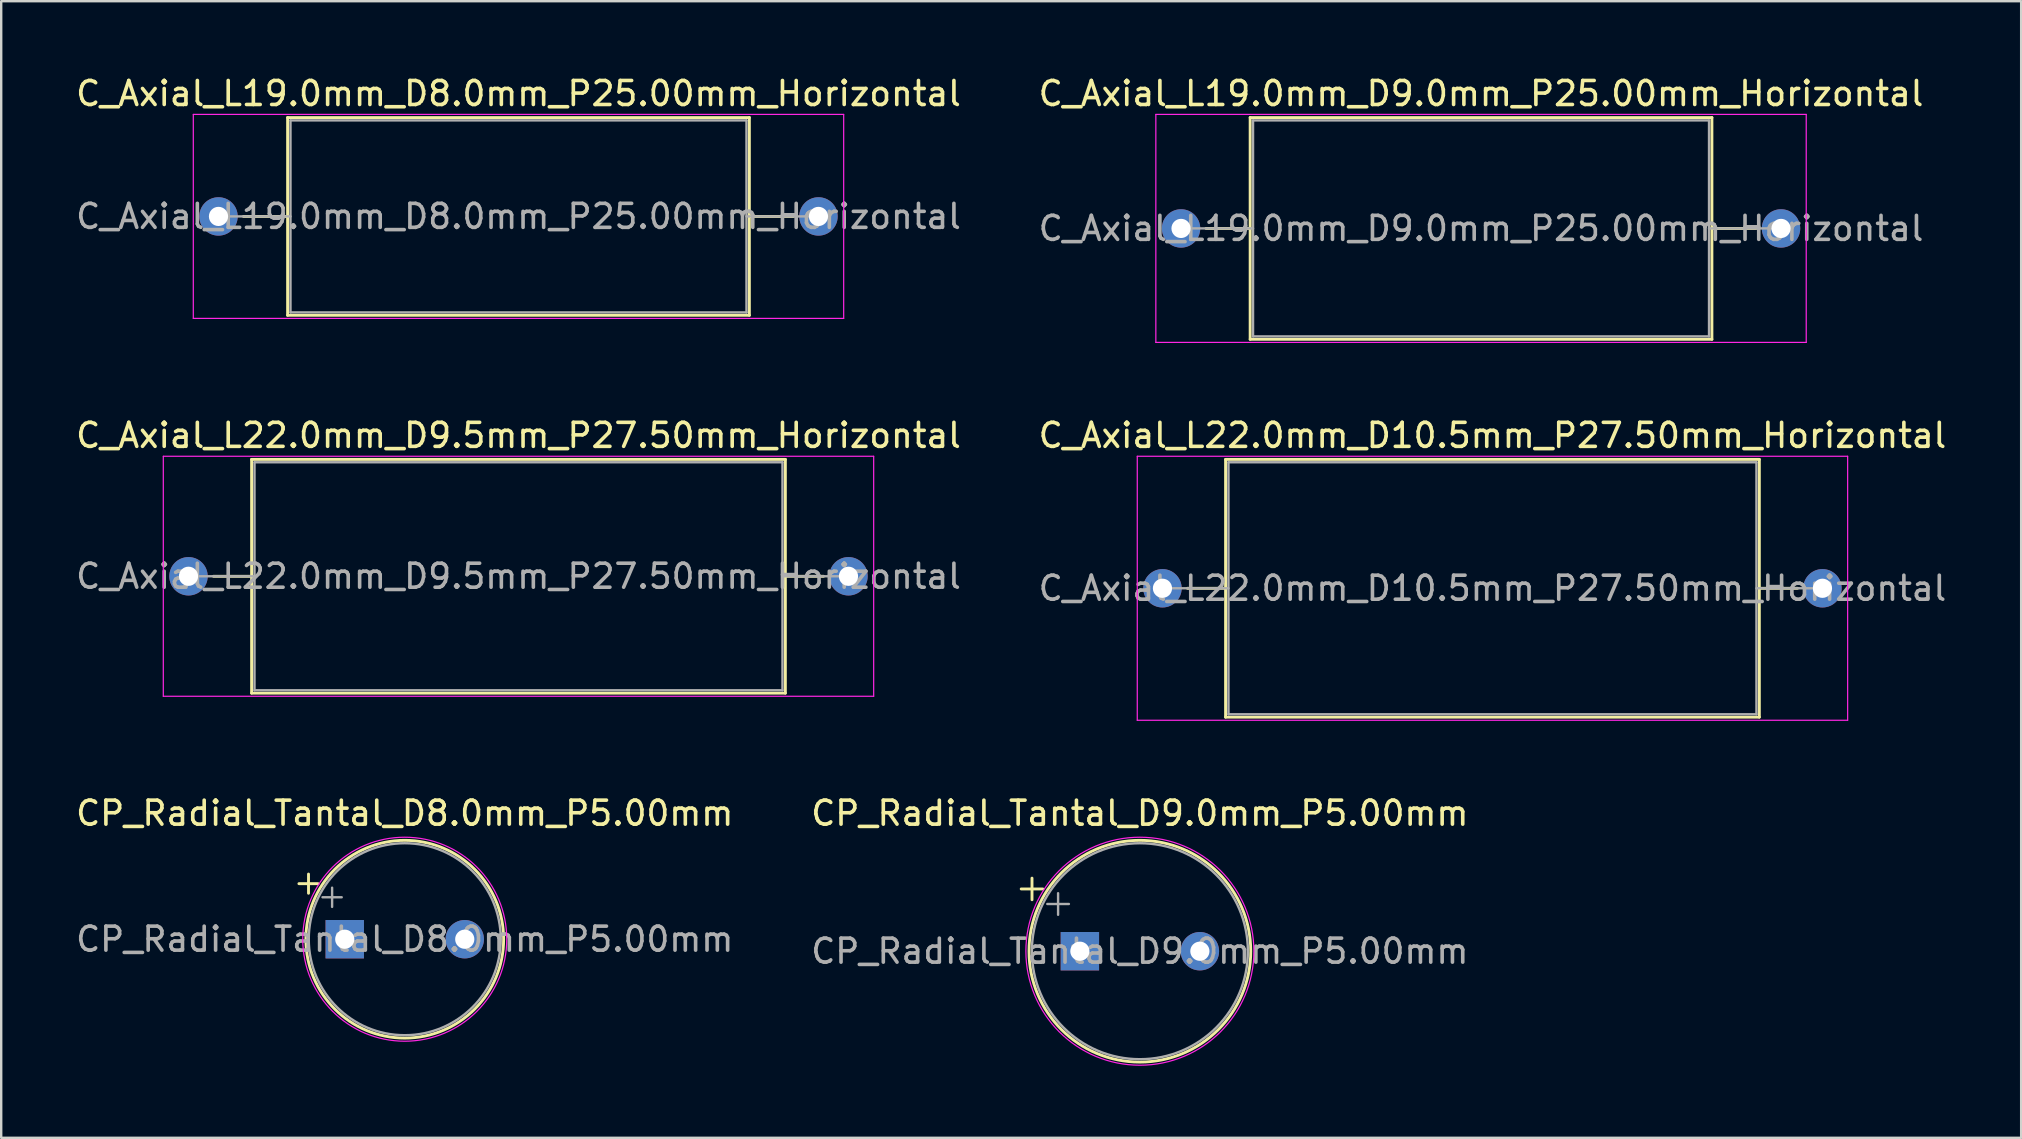
<source format=kicad_pcb>
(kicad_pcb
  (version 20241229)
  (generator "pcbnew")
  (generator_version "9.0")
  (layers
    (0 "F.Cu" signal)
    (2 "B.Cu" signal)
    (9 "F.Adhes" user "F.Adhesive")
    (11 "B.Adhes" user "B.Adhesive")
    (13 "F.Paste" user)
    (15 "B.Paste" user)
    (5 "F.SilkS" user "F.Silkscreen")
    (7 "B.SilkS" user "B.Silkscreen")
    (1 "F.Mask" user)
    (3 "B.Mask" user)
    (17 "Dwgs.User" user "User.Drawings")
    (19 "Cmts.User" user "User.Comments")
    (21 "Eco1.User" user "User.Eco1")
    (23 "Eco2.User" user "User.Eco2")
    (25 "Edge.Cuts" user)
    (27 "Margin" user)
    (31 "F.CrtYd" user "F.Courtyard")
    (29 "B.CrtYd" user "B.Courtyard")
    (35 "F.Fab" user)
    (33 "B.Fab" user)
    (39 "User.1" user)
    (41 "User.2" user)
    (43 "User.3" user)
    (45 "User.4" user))
  (footprint "CP_Radial_Tantal_D9.0mm_P5.00mm"
    (layer "F.Cu")
    (at 41.946 36.585)
    (property "Reference" "CP_Radial_Tantal_D9.0mm_P5.00mm" (at 2.5 -5.75 0) (layer "F.SilkS") (effects (font (size 1 1) (thickness 0.15))))
    (attr through_hole)
    (fp_line (start -2.445 -2.595) (end -1.545 -2.595) (stroke (width 0.12) (type solid)) (layer "F.SilkS"))
    (fp_line (start -1.995 -3.045) (end -1.995 -2.145) (stroke (width 0.12) (type solid)) (layer "F.SilkS"))
    (fp_circle (center 2.5 0) (end 7.12 0) (stroke (width 0.12) (type solid)) (fill no) (layer "F.SilkS"))
    (fp_circle (center 2.5 0) (end 7.25 0) (stroke (width 0.05) (type solid)) (fill no) (layer "F.CrtYd"))
    (fp_line (start -1.358 -1.968) (end -0.458 -1.968) (stroke (width 0.1) (type solid)) (layer "F.Fab"))
    (fp_line (start -0.908 -2.417) (end -0.908 -1.518) (stroke (width 0.1) (type solid)) (layer "F.Fab"))
    (fp_circle (center 2.5 0) (end 7 0) (stroke (width 0.1) (type solid)) (fill no) (layer "F.Fab"))
    (fp_text user "${REFERENCE}" (at 2.5 0 0) (layer "F.Fab") (effects (font (size 1 1) (thickness 0.15))))
    (pad "1" thru_hole rect (at 0 0) (size 1.6 1.6) (drill 0.8) (layers "*.Cu" "*.Mask"))
    (pad "2" thru_hole circle (at 5 0) (size 1.6 1.6) (drill 0.8) (layers "*.Cu" "*.Mask")))
  (footprint "C_Axial_L22.0mm_D10.5mm_P27.50mm_Horizontal"
    (layer "F.Cu")
    (at 45.387 21.462)
    (property "Reference" "C_Axial_L22.0mm_D10.5mm_P27.50mm_Horizontal" (at 13.75 -6.37 0) (layer "F.SilkS") (effects (font (size 1 1) (thickness 0.15))))
    (attr through_hole)
    (fp_line (start 1.04 0) (end 2.63 0) (stroke (width 0.12) (type solid)) (layer "F.SilkS"))
    (fp_line (start 2.63 -5.37) (end 2.63 5.37) (stroke (width 0.12) (type solid)) (layer "F.SilkS"))
    (fp_line (start 2.63 5.37) (end 24.87 5.37) (stroke (width 0.12) (type solid)) (layer "F.SilkS"))
    (fp_line (start 24.87 -5.37) (end 2.63 -5.37) (stroke (width 0.12) (type solid)) (layer "F.SilkS"))
    (fp_line (start 24.87 5.37) (end 24.87 -5.37) (stroke (width 0.12) (type solid)) (layer "F.SilkS"))
    (fp_line (start 26.46 0) (end 24.87 0) (stroke (width 0.12) (type solid)) (layer "F.SilkS"))
    (fp_line (start -1.05 -5.5) (end -1.05 5.5) (stroke (width 0.05) (type solid)) (layer "F.CrtYd"))
    (fp_line (start -1.05 5.5) (end 28.55 5.5) (stroke (width 0.05) (type solid)) (layer "F.CrtYd"))
    (fp_line (start 28.55 -5.5) (end -1.05 -5.5) (stroke (width 0.05) (type solid)) (layer "F.CrtYd"))
    (fp_line (start 28.55 5.5) (end 28.55 -5.5) (stroke (width 0.05) (type solid)) (layer "F.CrtYd"))
    (fp_line (start 0 0) (end 2.75 0) (stroke (width 0.1) (type solid)) (layer "F.Fab"))
    (fp_line (start 2.75 -5.25) (end 2.75 5.25) (stroke (width 0.1) (type solid)) (layer "F.Fab"))
    (fp_line (start 2.75 5.25) (end 24.75 5.25) (stroke (width 0.1) (type solid)) (layer "F.Fab"))
    (fp_line (start 24.75 -5.25) (end 2.75 -5.25) (stroke (width 0.1) (type solid)) (layer "F.Fab"))
    (fp_line (start 24.75 5.25) (end 24.75 -5.25) (stroke (width 0.1) (type solid)) (layer "F.Fab"))
    (fp_line (start 27.5 0) (end 24.75 0) (stroke (width 0.1) (type solid)) (layer "F.Fab"))
    (fp_text user "${REFERENCE}" (at 13.75 0 0) (layer "F.Fab") (effects (font (size 1 1) (thickness 0.15))))
    (pad "1" thru_hole circle (at 0 0) (size 1.6 1.6) (drill 0.8) (layers "*.Cu" "*.Mask"))
    (pad "2" thru_hole oval (at 27.5 0) (size 1.6 1.6) (drill 0.8) (layers "*.Cu" "*.Mask")))
  (footprint "C_Axial_L19.0mm_D8.0mm_P25.00mm_Horizontal"
    (layer "F.Cu")
    (at 6.054 5.968)
    (property "Reference" "C_Axial_L19.0mm_D8.0mm_P25.00mm_Horizontal" (at 12.5 -5.12 0) (layer "F.SilkS") (effects (font (size 1 1) (thickness 0.15))))
    (attr through_hole)
    (fp_line (start 1.04 0) (end 2.88 0) (stroke (width 0.12) (type solid)) (layer "F.SilkS"))
    (fp_line (start 2.88 -4.12) (end 2.88 4.12) (stroke (width 0.12) (type solid)) (layer "F.SilkS"))
    (fp_line (start 2.88 4.12) (end 22.12 4.12) (stroke (width 0.12) (type solid)) (layer "F.SilkS"))
    (fp_line (start 22.12 -4.12) (end 2.88 -4.12) (stroke (width 0.12) (type solid)) (layer "F.SilkS"))
    (fp_line (start 22.12 4.12) (end 22.12 -4.12) (stroke (width 0.12) (type solid)) (layer "F.SilkS"))
    (fp_line (start 23.96 0) (end 22.12 0) (stroke (width 0.12) (type solid)) (layer "F.SilkS"))
    (fp_line (start -1.05 -4.25) (end -1.05 4.25) (stroke (width 0.05) (type solid)) (layer "F.CrtYd"))
    (fp_line (start -1.05 4.25) (end 26.05 4.25) (stroke (width 0.05) (type solid)) (layer "F.CrtYd"))
    (fp_line (start 26.05 -4.25) (end -1.05 -4.25) (stroke (width 0.05) (type solid)) (layer "F.CrtYd"))
    (fp_line (start 26.05 4.25) (end 26.05 -4.25) (stroke (width 0.05) (type solid)) (layer "F.CrtYd"))
    (fp_line (start 0 0) (end 3 0) (stroke (width 0.1) (type solid)) (layer "F.Fab"))
    (fp_line (start 3 -4) (end 3 4) (stroke (width 0.1) (type solid)) (layer "F.Fab"))
    (fp_line (start 3 4) (end 22 4) (stroke (width 0.1) (type solid)) (layer "F.Fab"))
    (fp_line (start 22 -4) (end 3 -4) (stroke (width 0.1) (type solid)) (layer "F.Fab"))
    (fp_line (start 22 4) (end 22 -4) (stroke (width 0.1) (type solid)) (layer "F.Fab"))
    (fp_line (start 25 0) (end 22 0) (stroke (width 0.1) (type solid)) (layer "F.Fab"))
    (fp_text user "${REFERENCE}" (at 12.5 0 0) (layer "F.Fab") (effects (font (size 1 1) (thickness 0.15))))
    (pad "1" thru_hole circle (at 0 0) (size 1.6 1.6) (drill 0.8) (layers "*.Cu" "*.Mask"))
    (pad "2" thru_hole oval (at 25 0) (size 1.6 1.6) (drill 0.8) (layers "*.Cu" "*.Mask")))
  (footprint "CP_Radial_Tantal_D8.0mm_P5.00mm"
    (layer "F.Cu")
    (at 11.315 36.085)
    (property "Reference" "CP_Radial_Tantal_D8.0mm_P5.00mm" (at 2.5 -5.25 0) (layer "F.SilkS") (effects (font (size 1 1) (thickness 0.15))))
    (attr through_hole)
    (fp_line (start -1.91 -2.315) (end -1.11 -2.315) (stroke (width 0.12) (type solid)) (layer "F.SilkS"))
    (fp_line (start -1.51 -2.715) (end -1.51 -1.915) (stroke (width 0.12) (type solid)) (layer "F.SilkS"))
    (fp_circle (center 2.5 0) (end 6.62 0) (stroke (width 0.12) (type solid)) (fill no) (layer "F.SilkS"))
    (fp_circle (center 2.5 0) (end 6.75 0) (stroke (width 0.05) (type solid)) (fill no) (layer "F.CrtYd"))
    (fp_line (start -0.927 -1.748) (end -0.127 -1.748) (stroke (width 0.1) (type solid)) (layer "F.Fab"))
    (fp_line (start -0.527 -2.147) (end -0.527 -1.347) (stroke (width 0.1) (type solid)) (layer "F.Fab"))
    (fp_circle (center 2.5 0) (end 6.5 0) (stroke (width 0.1) (type solid)) (fill no) (layer "F.Fab"))
    (fp_text user "${REFERENCE}" (at 2.5 0 0) (layer "F.Fab") (effects (font (size 1 1) (thickness 0.15))))
    (pad "1" thru_hole rect (at 0 0) (size 1.6 1.6) (drill 0.8) (layers "*.Cu" "*.Mask"))
    (pad "2" thru_hole circle (at 5 0) (size 1.6 1.6) (drill 0.8) (layers "*.Cu" "*.Mask")))
  (footprint "C_Axial_L22.0mm_D9.5mm_P27.50mm_Horizontal"
    (layer "F.Cu")
    (at 4.804 20.962)
    (property "Reference" "C_Axial_L22.0mm_D9.5mm_P27.50mm_Horizontal" (at 13.75 -5.87 0) (layer "F.SilkS") (effects (font (size 1 1) (thickness 0.15))))
    (attr through_hole)
    (fp_line (start 1.04 0) (end 2.63 0) (stroke (width 0.12) (type solid)) (layer "F.SilkS"))
    (fp_line (start 2.63 -4.87) (end 2.63 4.87) (stroke (width 0.12) (type solid)) (layer "F.SilkS"))
    (fp_line (start 2.63 4.87) (end 24.87 4.87) (stroke (width 0.12) (type solid)) (layer "F.SilkS"))
    (fp_line (start 24.87 -4.87) (end 2.63 -4.87) (stroke (width 0.12) (type solid)) (layer "F.SilkS"))
    (fp_line (start 24.87 4.87) (end 24.87 -4.87) (stroke (width 0.12) (type solid)) (layer "F.SilkS"))
    (fp_line (start 26.46 0) (end 24.87 0) (stroke (width 0.12) (type solid)) (layer "F.SilkS"))
    (fp_line (start -1.05 -5) (end -1.05 5) (stroke (width 0.05) (type solid)) (layer "F.CrtYd"))
    (fp_line (start -1.05 5) (end 28.55 5) (stroke (width 0.05) (type solid)) (layer "F.CrtYd"))
    (fp_line (start 28.55 -5) (end -1.05 -5) (stroke (width 0.05) (type solid)) (layer "F.CrtYd"))
    (fp_line (start 28.55 5) (end 28.55 -5) (stroke (width 0.05) (type solid)) (layer "F.CrtYd"))
    (fp_line (start 0 0) (end 2.75 0) (stroke (width 0.1) (type solid)) (layer "F.Fab"))
    (fp_line (start 2.75 -4.75) (end 2.75 4.75) (stroke (width 0.1) (type solid)) (layer "F.Fab"))
    (fp_line (start 2.75 4.75) (end 24.75 4.75) (stroke (width 0.1) (type solid)) (layer "F.Fab"))
    (fp_line (start 24.75 -4.75) (end 2.75 -4.75) (stroke (width 0.1) (type solid)) (layer "F.Fab"))
    (fp_line (start 24.75 4.75) (end 24.75 -4.75) (stroke (width 0.1) (type solid)) (layer "F.Fab"))
    (fp_line (start 27.5 0) (end 24.75 0) (stroke (width 0.1) (type solid)) (layer "F.Fab"))
    (fp_text user "${REFERENCE}" (at 13.75 0 0) (layer "F.Fab") (effects (font (size 1 1) (thickness 0.15))))
    (pad "1" thru_hole circle (at 0 0) (size 1.6 1.6) (drill 0.8) (layers "*.Cu" "*.Mask"))
    (pad "2" thru_hole oval (at 27.5 0) (size 1.6 1.6) (drill 0.8) (layers "*.Cu" "*.Mask")))
  (footprint "C_Axial_L19.0mm_D9.0mm_P25.00mm_Horizontal"
    (layer "F.Cu")
    (at 46.161 6.468)
    (property "Reference" "C_Axial_L19.0mm_D9.0mm_P25.00mm_Horizontal" (at 12.5 -5.62 0) (layer "F.SilkS") (effects (font (size 1 1) (thickness 0.15))))
    (attr through_hole)
    (fp_line (start 1.04 0) (end 2.88 0) (stroke (width 0.12) (type solid)) (layer "F.SilkS"))
    (fp_line (start 2.88 -4.62) (end 2.88 4.62) (stroke (width 0.12) (type solid)) (layer "F.SilkS"))
    (fp_line (start 2.88 4.62) (end 22.12 4.62) (stroke (width 0.12) (type solid)) (layer "F.SilkS"))
    (fp_line (start 22.12 -4.62) (end 2.88 -4.62) (stroke (width 0.12) (type solid)) (layer "F.SilkS"))
    (fp_line (start 22.12 4.62) (end 22.12 -4.62) (stroke (width 0.12) (type solid)) (layer "F.SilkS"))
    (fp_line (start 23.96 0) (end 22.12 0) (stroke (width 0.12) (type solid)) (layer "F.SilkS"))
    (fp_line (start -1.05 -4.75) (end -1.05 4.75) (stroke (width 0.05) (type solid)) (layer "F.CrtYd"))
    (fp_line (start -1.05 4.75) (end 26.05 4.75) (stroke (width 0.05) (type solid)) (layer "F.CrtYd"))
    (fp_line (start 26.05 -4.75) (end -1.05 -4.75) (stroke (width 0.05) (type solid)) (layer "F.CrtYd"))
    (fp_line (start 26.05 4.75) (end 26.05 -4.75) (stroke (width 0.05) (type solid)) (layer "F.CrtYd"))
    (fp_line (start 0 0) (end 3 0) (stroke (width 0.1) (type solid)) (layer "F.Fab"))
    (fp_line (start 3 -4.5) (end 3 4.5) (stroke (width 0.1) (type solid)) (layer "F.Fab"))
    (fp_line (start 3 4.5) (end 22 4.5) (stroke (width 0.1) (type solid)) (layer "F.Fab"))
    (fp_line (start 22 -4.5) (end 3 -4.5) (stroke (width 0.1) (type solid)) (layer "F.Fab"))
    (fp_line (start 22 4.5) (end 22 -4.5) (stroke (width 0.1) (type solid)) (layer "F.Fab"))
    (fp_line (start 25 0) (end 22 0) (stroke (width 0.1) (type solid)) (layer "F.Fab"))
    (fp_text user "${REFERENCE}" (at 12.5 0 0) (layer "F.Fab") (effects (font (size 1 1) (thickness 0.15))))
    (pad "1" thru_hole circle (at 0 0) (size 1.6 1.6) (drill 0.8) (layers "*.Cu" "*.Mask"))
    (pad "2" thru_hole oval (at 25 0) (size 1.6 1.6) (drill 0.8) (layers "*.Cu" "*.Mask")))
  (gr_rect
    (start -3 -3)
    (end 81.167 44.36)
    (stroke (width 0.1) (type default))
    (fill no)
    (layer "Edge.Cuts")))
</source>
